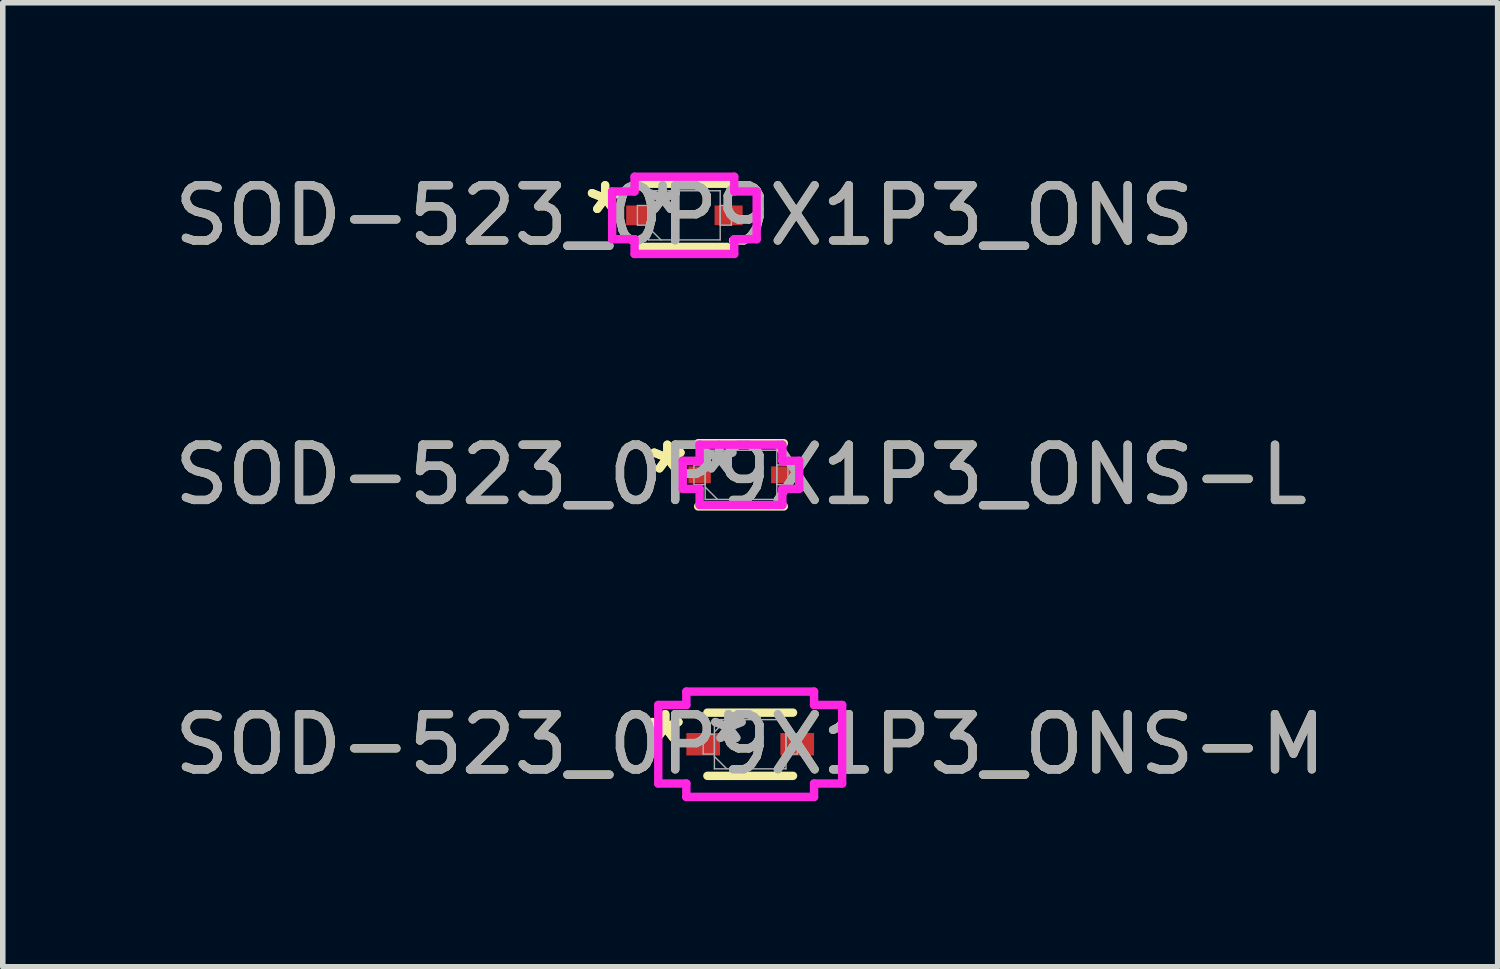
<source format=kicad_pcb>
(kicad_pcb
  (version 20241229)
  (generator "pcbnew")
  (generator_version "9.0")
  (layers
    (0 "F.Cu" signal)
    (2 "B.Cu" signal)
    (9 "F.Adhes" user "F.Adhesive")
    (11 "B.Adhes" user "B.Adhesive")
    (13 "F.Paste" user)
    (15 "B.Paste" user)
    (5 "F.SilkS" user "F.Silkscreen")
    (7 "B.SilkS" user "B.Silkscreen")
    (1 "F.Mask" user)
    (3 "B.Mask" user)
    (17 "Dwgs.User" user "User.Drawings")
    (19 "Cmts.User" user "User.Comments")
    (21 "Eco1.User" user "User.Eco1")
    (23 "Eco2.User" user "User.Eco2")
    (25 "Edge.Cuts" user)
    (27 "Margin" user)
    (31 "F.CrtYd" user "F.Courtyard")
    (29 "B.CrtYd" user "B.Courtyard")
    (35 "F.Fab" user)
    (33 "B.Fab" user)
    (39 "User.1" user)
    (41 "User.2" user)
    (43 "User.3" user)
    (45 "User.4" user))
  (footprint "SOD-523_0P9X1P3_ONS-M"
    (layer "F.Cu")
    (at 10.53 10.422)
    (property "Reference" "SOD-523_0P9X1P3_ONS-M" (at 0 0 0) (unlocked yes) (layer "F.SilkS") (effects (font (size 1 1) (thickness 0.15))))
    (attr smd)
    (fp_line (start -0.775 0.572) (end 0.775 0.572) (stroke (width 0.152) (type solid)) (layer "F.SilkS"))
    (fp_line (start 0.775 -0.572) (end -0.775 -0.572) (stroke (width 0.152) (type solid)) (layer "F.SilkS"))
    (fp_line (start -1.664 -0.711) (end -1.156 -0.711) (stroke (width 0.152) (type solid)) (layer "F.CrtYd"))
    (fp_line (start -1.664 0.711) (end -1.664 -0.711) (stroke (width 0.152) (type solid)) (layer "F.CrtYd"))
    (fp_line (start -1.156 -0.953) (end 1.156 -0.953) (stroke (width 0.152) (type solid)) (layer "F.CrtYd"))
    (fp_line (start -1.156 -0.711) (end -1.156 -0.953) (stroke (width 0.152) (type solid)) (layer "F.CrtYd"))
    (fp_line (start -1.156 0.711) (end -1.664 0.711) (stroke (width 0.152) (type solid)) (layer "F.CrtYd"))
    (fp_line (start -1.156 0.953) (end -1.156 0.711) (stroke (width 0.152) (type solid)) (layer "F.CrtYd"))
    (fp_line (start 1.156 -0.953) (end 1.156 -0.711) (stroke (width 0.152) (type solid)) (layer "F.CrtYd"))
    (fp_line (start 1.156 -0.711) (end 1.664 -0.711) (stroke (width 0.152) (type solid)) (layer "F.CrtYd"))
    (fp_line (start 1.156 0.711) (end 1.156 0.953) (stroke (width 0.152) (type solid)) (layer "F.CrtYd"))
    (fp_line (start 1.156 0.953) (end -1.156 0.953) (stroke (width 0.152) (type solid)) (layer "F.CrtYd"))
    (fp_line (start 1.664 -0.711) (end 1.664 0.711) (stroke (width 0.152) (type solid)) (layer "F.CrtYd"))
    (fp_line (start 1.664 0.711) (end 1.156 0.711) (stroke (width 0.152) (type solid)) (layer "F.CrtYd"))
    (fp_line (start -0.851 -0.178) (end -0.851 0.178) (stroke (width 0.025) (type solid)) (layer "F.Fab"))
    (fp_line (start -0.851 0.178) (end -0.648 0.178) (stroke (width 0.025) (type solid)) (layer "F.Fab"))
    (fp_line (start -0.648 -0.445) (end -0.648 0.445) (stroke (width 0.025) (type solid)) (layer "F.Fab"))
    (fp_line (start -0.648 -0.222) (end -0.425 -0.445) (stroke (width 0.025) (type solid)) (layer "F.Fab"))
    (fp_line (start -0.648 -0.178) (end -0.851 -0.178) (stroke (width 0.025) (type solid)) (layer "F.Fab"))
    (fp_line (start -0.648 0.178) (end -0.648 -0.178) (stroke (width 0.025) (type solid)) (layer "F.Fab"))
    (fp_line (start -0.648 0.222) (end -0.425 0.445) (stroke (width 0.025) (type solid)) (layer "F.Fab"))
    (fp_line (start -0.648 0.445) (end 0.648 0.445) (stroke (width 0.025) (type solid)) (layer "F.Fab"))
    (fp_line (start 0.648 -0.445) (end -0.648 -0.445) (stroke (width 0.025) (type solid)) (layer "F.Fab"))
    (fp_line (start 0.648 -0.178) (end 0.648 0.178) (stroke (width 0.025) (type solid)) (layer "F.Fab"))
    (fp_line (start 0.648 0.178) (end 0.851 0.178) (stroke (width 0.025) (type solid)) (layer "F.Fab"))
    (fp_line (start 0.648 0.445) (end 0.648 -0.445) (stroke (width 0.025) (type solid)) (layer "F.Fab"))
    (fp_line (start 0.851 -0.178) (end 0.648 -0.178) (stroke (width 0.025) (type solid)) (layer "F.Fab"))
    (fp_line (start 0.851 0.178) (end 0.851 -0.178) (stroke (width 0.025) (type solid)) (layer "F.Fab"))
    (fp_text user "*" (at -1.537 0 0) (unlocked yes) (layer "F.SilkS") (effects (font (size 1 1) (thickness 0.15))))
    (fp_text user "*" (at -1.537 0 0) (layer "F.SilkS") (effects (font (size 1 1) (thickness 0.15))))
    (fp_text user "*" (at -0.394 0 0) (layer "F.Fab") (effects (font (size 1 1) (thickness 0.15))))
    (fp_text user "*" (at -0.394 0 0) (unlocked yes) (layer "F.Fab") (effects (font (size 1 1) (thickness 0.15))))
    (fp_text user "${REFERENCE}" (at 0 0 0) (unlocked yes) (layer "F.Fab") (effects (font (size 1 1) (thickness 0.15))))
    (pad "1" smd rect (at -0.851 0) (size 0.61 0.406) (layers "F.Cu" "F.Mask" "F.Paste"))
    (pad "2" smd rect (at 0.851 0) (size 0.61 0.406) (layers "F.Cu" "F.Mask" "F.Paste"))
    (zone (net_name "") (layer "F.Cu") (hatch full 0.508) (connect_pads) (min_thickness 0.254) (filled_areas_thickness no) (keepout (tracks not_allowed) (vias not_allowed) (pads allowed) (copperpour not_allowed) (footprints allowed)) (placement (enabled no)) (fill) (polygon (pts (xy 10.034 10.028) (xy 11.025 10.028) (xy 11.025 10.815) (xy 10.034 10.815)))))
  (footprint "SOD-523_0P9X1P3_ONS"
    (layer "F.Cu")
    (at 9.339 0.848)
    (property "Reference" "SOD-523_0P9X1P3_ONS" (at 0 0 0) (unlocked yes) (layer "F.SilkS") (effects (font (size 1 1) (thickness 0.15))))
    (attr smd)
    (fp_line (start -0.775 0.572) (end 0.775 0.572) (stroke (width 0.152) (type solid)) (layer "F.SilkS"))
    (fp_line (start 0.775 -0.572) (end -0.775 -0.572) (stroke (width 0.152) (type solid)) (layer "F.SilkS"))
    (fp_line (start -1.308 -0.432) (end -0.902 -0.432) (stroke (width 0.152) (type solid)) (layer "F.CrtYd"))
    (fp_line (start -1.308 0.432) (end -1.308 -0.432) (stroke (width 0.152) (type solid)) (layer "F.CrtYd"))
    (fp_line (start -0.902 -0.699) (end 0.902 -0.699) (stroke (width 0.152) (type solid)) (layer "F.CrtYd"))
    (fp_line (start -0.902 -0.432) (end -0.902 -0.699) (stroke (width 0.152) (type solid)) (layer "F.CrtYd"))
    (fp_line (start -0.902 0.432) (end -1.308 0.432) (stroke (width 0.152) (type solid)) (layer "F.CrtYd"))
    (fp_line (start -0.902 0.699) (end -0.902 0.432) (stroke (width 0.152) (type solid)) (layer "F.CrtYd"))
    (fp_line (start 0.902 -0.699) (end 0.902 -0.432) (stroke (width 0.152) (type solid)) (layer "F.CrtYd"))
    (fp_line (start 0.902 -0.432) (end 1.308 -0.432) (stroke (width 0.152) (type solid)) (layer "F.CrtYd"))
    (fp_line (start 0.902 0.432) (end 0.902 0.699) (stroke (width 0.152) (type solid)) (layer "F.CrtYd"))
    (fp_line (start 0.902 0.699) (end -0.902 0.699) (stroke (width 0.152) (type solid)) (layer "F.CrtYd"))
    (fp_line (start 1.308 -0.432) (end 1.308 0.432) (stroke (width 0.152) (type solid)) (layer "F.CrtYd"))
    (fp_line (start 1.308 0.432) (end 0.902 0.432) (stroke (width 0.152) (type solid)) (layer "F.CrtYd"))
    (fp_line (start -0.851 -0.178) (end -0.851 0.178) (stroke (width 0.025) (type solid)) (layer "F.Fab"))
    (fp_line (start -0.851 0.178) (end -0.648 0.178) (stroke (width 0.025) (type solid)) (layer "F.Fab"))
    (fp_line (start -0.648 -0.445) (end -0.648 0.445) (stroke (width 0.025) (type solid)) (layer "F.Fab"))
    (fp_line (start -0.648 -0.222) (end -0.425 -0.445) (stroke (width 0.025) (type solid)) (layer "F.Fab"))
    (fp_line (start -0.648 -0.178) (end -0.851 -0.178) (stroke (width 0.025) (type solid)) (layer "F.Fab"))
    (fp_line (start -0.648 0.178) (end -0.648 -0.178) (stroke (width 0.025) (type solid)) (layer "F.Fab"))
    (fp_line (start -0.648 0.222) (end -0.425 0.445) (stroke (width 0.025) (type solid)) (layer "F.Fab"))
    (fp_line (start -0.648 0.445) (end 0.648 0.445) (stroke (width 0.025) (type solid)) (layer "F.Fab"))
    (fp_line (start 0.648 -0.445) (end -0.648 -0.445) (stroke (width 0.025) (type solid)) (layer "F.Fab"))
    (fp_line (start 0.648 -0.178) (end 0.648 0.178) (stroke (width 0.025) (type solid)) (layer "F.Fab"))
    (fp_line (start 0.648 0.178) (end 0.851 0.178) (stroke (width 0.025) (type solid)) (layer "F.Fab"))
    (fp_line (start 0.648 0.445) (end 0.648 -0.445) (stroke (width 0.025) (type solid)) (layer "F.Fab"))
    (fp_line (start 0.851 -0.178) (end 0.648 -0.178) (stroke (width 0.025) (type solid)) (layer "F.Fab"))
    (fp_line (start 0.851 0.178) (end 0.851 -0.178) (stroke (width 0.025) (type solid)) (layer "F.Fab"))
    (fp_text user "*" (at -1.435 0 0) (unlocked yes) (layer "F.SilkS") (effects (font (size 1 1) (thickness 0.15))))
    (fp_text user "*" (at -1.435 0 0) (layer "F.SilkS") (effects (font (size 1 1) (thickness 0.15))))
    (fp_text user "${REFERENCE}" (at 0 0 0) (unlocked yes) (layer "F.Fab") (effects (font (size 1 1) (thickness 0.15))))
    (fp_text user "*" (at -0.394 0 0) (unlocked yes) (layer "F.Fab") (effects (font (size 1 1) (thickness 0.15))))
    (fp_text user "*" (at -0.394 0 0) (layer "F.Fab") (effects (font (size 1 1) (thickness 0.15))))
    (pad "1" smd rect (at -0.8 0) (size 0.508 0.356) (layers "F.Cu" "F.Mask" "F.Paste"))
    (pad "2" smd rect (at 0.8 0) (size 0.508 0.356) (layers "F.Cu" "F.Mask" "F.Paste"))
    (zone (net_name "") (layer "F.Cu") (hatch full 0.508) (connect_pads) (min_thickness 0.254) (filled_areas_thickness no) (keepout (tracks not_allowed) (vias not_allowed) (pads allowed) (copperpour not_allowed) (footprints allowed)) (placement (enabled no)) (fill) (polygon (pts (xy 8.844 0.455) (xy 9.835 0.455) (xy 9.835 1.242) (xy 8.844 1.242)))))
  (footprint "SOD-523_0P9X1P3_ONS-L"
    (layer "F.Cu")
    (at 10.363 5.545)
    (property "Reference" "SOD-523_0P9X1P3_ONS-L" (at 0 0 0) (unlocked yes) (layer "F.SilkS") (effects (font (size 1 1) (thickness 0.15))))
    (attr smd)
    (fp_line (start -0.775 0.572) (end 0.775 0.572) (stroke (width 0.152) (type solid)) (layer "F.SilkS"))
    (fp_line (start 0.775 -0.572) (end -0.775 -0.572) (stroke (width 0.152) (type solid)) (layer "F.SilkS"))
    (fp_line (start -1.054 -0.254) (end -0.749 -0.254) (stroke (width 0.152) (type solid)) (layer "F.CrtYd"))
    (fp_line (start -1.054 0.254) (end -1.054 -0.254) (stroke (width 0.152) (type solid)) (layer "F.CrtYd"))
    (fp_line (start -0.749 -0.546) (end 0.749 -0.546) (stroke (width 0.152) (type solid)) (layer "F.CrtYd"))
    (fp_line (start -0.749 -0.254) (end -0.749 -0.546) (stroke (width 0.152) (type solid)) (layer "F.CrtYd"))
    (fp_line (start -0.749 0.254) (end -1.054 0.254) (stroke (width 0.152) (type solid)) (layer "F.CrtYd"))
    (fp_line (start -0.749 0.546) (end -0.749 0.254) (stroke (width 0.152) (type solid)) (layer "F.CrtYd"))
    (fp_line (start 0.749 -0.546) (end 0.749 -0.254) (stroke (width 0.152) (type solid)) (layer "F.CrtYd"))
    (fp_line (start 0.749 -0.254) (end 1.054 -0.254) (stroke (width 0.152) (type solid)) (layer "F.CrtYd"))
    (fp_line (start 0.749 0.254) (end 0.749 0.546) (stroke (width 0.152) (type solid)) (layer "F.CrtYd"))
    (fp_line (start 0.749 0.546) (end -0.749 0.546) (stroke (width 0.152) (type solid)) (layer "F.CrtYd"))
    (fp_line (start 1.054 -0.254) (end 1.054 0.254) (stroke (width 0.152) (type solid)) (layer "F.CrtYd"))
    (fp_line (start 1.054 0.254) (end 0.749 0.254) (stroke (width 0.152) (type solid)) (layer "F.CrtYd"))
    (fp_line (start -0.851 -0.178) (end -0.851 0.178) (stroke (width 0.025) (type solid)) (layer "F.Fab"))
    (fp_line (start -0.851 0.178) (end -0.648 0.178) (stroke (width 0.025) (type solid)) (layer "F.Fab"))
    (fp_line (start -0.648 -0.445) (end -0.648 0.445) (stroke (width 0.025) (type solid)) (layer "F.Fab"))
    (fp_line (start -0.648 -0.222) (end -0.425 -0.445) (stroke (width 0.025) (type solid)) (layer "F.Fab"))
    (fp_line (start -0.648 -0.178) (end -0.851 -0.178) (stroke (width 0.025) (type solid)) (layer "F.Fab"))
    (fp_line (start -0.648 0.178) (end -0.648 -0.178) (stroke (width 0.025) (type solid)) (layer "F.Fab"))
    (fp_line (start -0.648 0.222) (end -0.425 0.445) (stroke (width 0.025) (type solid)) (layer "F.Fab"))
    (fp_line (start -0.648 0.445) (end 0.648 0.445) (stroke (width 0.025) (type solid)) (layer "F.Fab"))
    (fp_line (start 0.648 -0.445) (end -0.648 -0.445) (stroke (width 0.025) (type solid)) (layer "F.Fab"))
    (fp_line (start 0.648 -0.178) (end 0.648 0.178) (stroke (width 0.025) (type solid)) (layer "F.Fab"))
    (fp_line (start 0.648 0.178) (end 0.851 0.178) (stroke (width 0.025) (type solid)) (layer "F.Fab"))
    (fp_line (start 0.648 0.445) (end 0.648 -0.445) (stroke (width 0.025) (type solid)) (layer "F.Fab"))
    (fp_line (start 0.851 -0.178) (end 0.648 -0.178) (stroke (width 0.025) (type solid)) (layer "F.Fab"))
    (fp_line (start 0.851 0.178) (end 0.851 -0.178) (stroke (width 0.025) (type solid)) (layer "F.Fab"))
    (fp_text user "*" (at -1.333 0 0) (layer "F.SilkS") (effects (font (size 1 1) (thickness 0.15))))
    (fp_text user "*" (at -1.333 0 0) (unlocked yes) (layer "F.SilkS") (effects (font (size 1 1) (thickness 0.15))))
    (fp_text user "*" (at -0.394 0 0) (unlocked yes) (layer "F.Fab") (effects (font (size 1 1) (thickness 0.15))))
    (fp_text user "*" (at -0.394 0 0) (layer "F.Fab") (effects (font (size 1 1) (thickness 0.15))))
    (fp_text user "${REFERENCE}" (at 0 0 0) (unlocked yes) (layer "F.Fab") (effects (font (size 1 1) (thickness 0.15))))
    (pad "1" smd rect (at -0.749 0) (size 0.406 0.305) (layers "F.Cu" "F.Mask" "F.Paste"))
    (pad "2" smd rect (at 0.749 0) (size 0.406 0.305) (layers "F.Cu" "F.Mask" "F.Paste"))
    (zone (net_name "") (layer "F.Cu") (hatch full 0.508) (connect_pads) (min_thickness 0.254) (filled_areas_thickness no) (keepout (tracks not_allowed) (vias not_allowed) (pads allowed) (copperpour not_allowed) (footprints allowed)) (placement (enabled no)) (fill) (polygon (pts (xy 9.868 5.151) (xy 10.858 5.151) (xy 10.858 5.938) (xy 9.868 5.938)))))
  (gr_rect
    (start -3 -3)
    (end 24.06 14.45)
    (stroke (width 0.1) (type default))
    (fill no)
    (layer "Edge.Cuts")))
</source>
